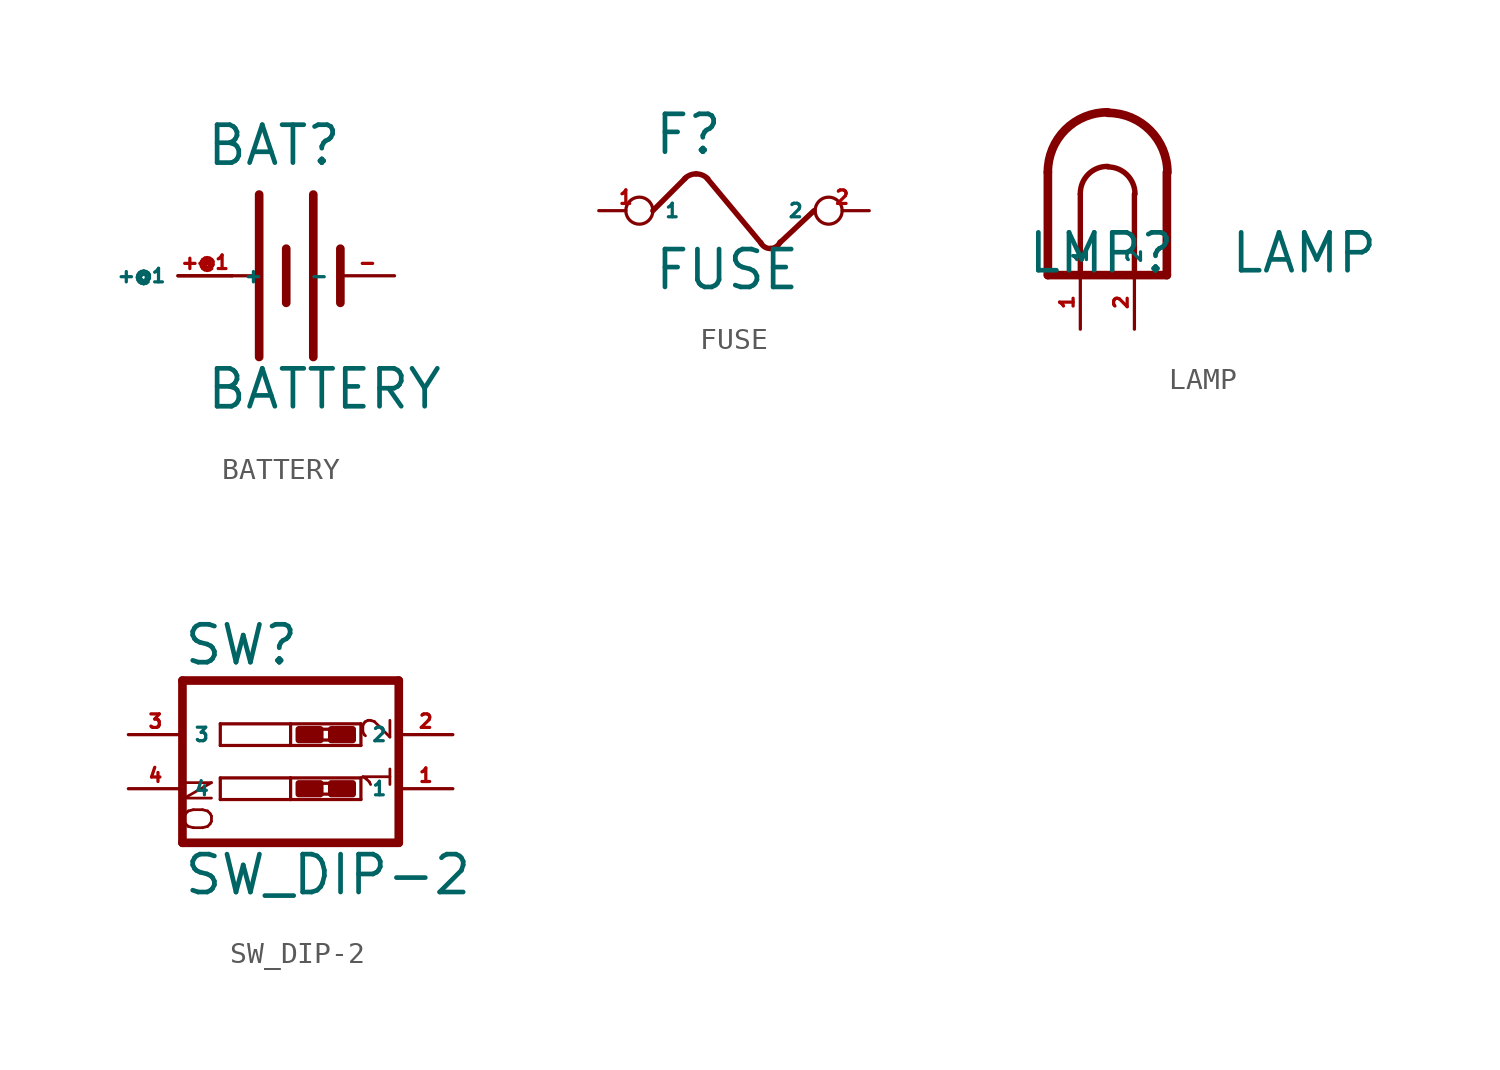
<source format=kicad_sym>
(kicad_symbol_lib
  (version 20220914)
  (generator Eagle2Kicad)
  (symbol "BATTERY"
    (property "Reference" "BAT"
      (at -3.81 5.08 0)
      (effects (font (size 1.778 1.778) (thickness 0.22)) (justify left bottom)))
    (property "Value" "BATTERY"
      (at -3.81 -6.35 0)
      (effects (font (size 1.778 1.778) (thickness 0.22)) (justify left bottom)))
    (polyline
      (pts (xy -1.27 3.81) (xy -1.27 -3.81))
      (stroke (width 0.406) (type default))
      (fill (type none)))
    (polyline
      (pts (xy 0 1.27) (xy 0 -1.27))
      (stroke (width 0.406) (type default))
      (fill (type none)))
    (polyline
      (pts (xy 1.27 3.81) (xy 1.27 -3.81))
      (stroke (width 0.406) (type default))
      (fill (type none)))
    (polyline
      (pts (xy 2.54 1.27) (xy 2.54 -1.27))
      (stroke (width 0.406) (type default))
      (fill (type none)))
    (polyline
      (pts (xy -2.54 0) (xy -1.524 0))
      (stroke (width 0.152) (type default))
      (fill (type none)))
    (pin unspecified line
      (at 5.08 0 180)
      (length 2.54)
      (name "-" (effects (font (size 0.635 0.635) (thickness 0.08)) (justify left bottom)))
      (number "-" (effects (font (size 0.635 0.635) (thickness 0.08)) (justify left bottom))))
    (pin unspecified line
      (at -5.08 0 0)
      (length 2.54)
      (name "+" (effects (font (size 0.635 0.635) (thickness 0.08)) (justify left bottom)))
      (number "+" (effects (font (size 0.635 0.635) (thickness 0.08)) (justify left bottom))))
    (pin unspecified line
      (at -2.54 0 180)
      (length 2.54)
      (name "+@1" (effects (font (size 0.635 0.635) (thickness 0.08)) (justify left bottom)))
      (number "+@1" (effects (font (size 0.635 0.635) (thickness 0.08)) (justify left bottom)))))
  (symbol "FUSE"
    (property "Reference" "F"
      (at -5.08 2.54 0)
      (effects (font (size 1.778 1.778) (thickness 0.22)) (justify left bottom)))
    (property "Value" "FUSE"
      (at -5.08 -3.81 0)
      (effects (font (size 1.778 1.778) (thickness 0.22)) (justify left bottom)))
    (polyline
      (pts (xy -5.08 0) (xy -3.556 1.524))
      (stroke (width 0.254) (type default))
      (fill (type none)))
    (polyline
      (pts (xy 0 -1.524) (xy -2.54 1.524))
      (stroke (width 0.254) (type default))
      (fill (type none)))
    (polyline
      (pts (xy 0.889 -1.499) (xy 2.489 0))
      (stroke (width 0.254) (type default))
      (fill (type none)))
    (arc
      (start -3.048 1.7272)
      (mid -3.348 1.666)
      (end -3.5992 1.4912)
      (stroke (width 0.254) (type default))
      (fill (type none)))
    (arc
      (start -2.496 1.491)
      (mid -2.748 1.666)
      (end -3.048 1.7272)
      (stroke (width 0.254) (type default))
      (fill (type none)))
    (arc
      (start 0.4572 -1.778)
      (mid 0.719 -1.689)
      (end 0.8965 -1.4765)
      (stroke (width 0.254) (type default))
      (fill (type none)))
    (arc
      (start -0.0178 -1.508)
      (mid 0.180 -1.712)
      (end 0.4572 -1.7778)
      (stroke (width 0.254) (type default))
      (fill (type none)))
    (pin passive inverted
      (at -7.62 0 0)
      (length 2.54)
      (name "1" (effects (font (size 0.635 0.635) (thickness 0.08)) (justify left bottom)))
      (number "1" (effects (font (size 0.635 0.635) (thickness 0.08)) (justify left bottom))))
    (pin passive inverted
      (at 5.08 0 180)
      (length 2.54)
      (name "2" (effects (font (size 0.635 0.635) (thickness 0.08)) (justify left bottom)))
      (number "2" (effects (font (size 0.635 0.635) (thickness 0.08)) (justify left bottom)))))
  (symbol "LAMP"
    (property "Reference" "LMP"
      (at -2.54 -2.54 0)
      (effects (font (size 1.778 1.778) (thickness 0.22)) (justify left bottom)))
    (property "Value" "LAMP"
      (at 6.985 -2.54 0)
      (effects (font (size 1.778 1.778) (thickness 0.22)) (justify left bottom)))
    (polyline
      (pts (xy 4.064 2.286) (xy 4.064 -2.54))
      (stroke (width 0.406) (type default))
      (fill (type none)))
    (polyline
      (pts (xy 4.064 -2.54) (xy 2.54 -2.54))
      (stroke (width 0.406) (type default))
      (fill (type none)))
    (polyline
      (pts (xy -1.524 -2.54) (xy -1.524 2.286))
      (stroke (width 0.406) (type default))
      (fill (type none)))
    (polyline
      (pts (xy 0 1.27) (xy 0 -2.54))
      (stroke (width 0.254) (type default))
      (fill (type none)))
    (polyline
      (pts (xy 0 -2.54) (xy -1.524 -2.54))
      (stroke (width 0.406) (type default))
      (fill (type none)))
    (polyline
      (pts (xy 2.54 1.27) (xy 2.54 -2.54))
      (stroke (width 0.254) (type default))
      (fill (type none)))
    (polyline
      (pts (xy 2.54 -2.54) (xy 0 -2.54))
      (stroke (width 0.406) (type default))
      (fill (type none)))
    (arc
      (start 1.2959 2.5651)
      (mid 0.372 2.194)
      (end 0 1.27)
      (stroke (width 0.254) (type default))
      (fill (type none)))
    (arc
      (start 2.5654 1.27)
      (mid 2.193 2.168)
      (end 1.2954 2.54)
      (stroke (width 0.254) (type default))
      (fill (type none)))
    (arc
      (start 1.2957 5.1055)
      (mid -0.706 4.287)
      (end -1.524 2.286)
      (stroke (width 0.4064) (type default))
      (fill (type none)))
    (arc
      (start 4.0894 2.286)
      (mid 3.271 4.262)
      (end 1.2954 5.08)
      (stroke (width 0.4064) (type default))
      (fill (type none)))
    (pin passive line
      (at 0 -5.08 90)
      (length 2.54)
      (name "1" (effects (font (size 0.635 0.635) (thickness 0.08)) (justify left bottom)))
      (number "1" (effects (font (size 0.635 0.635) (thickness 0.08)) (justify left bottom))))
    (pin passive line
      (at 2.54 -5.08 90)
      (length 2.54)
      (name "2" (effects (font (size 0.635 0.635) (thickness 0.08)) (justify left bottom)))
      (number "2" (effects (font (size 0.635 0.635) (thickness 0.08)) (justify left bottom)))))
  (symbol "SW_DIP-2"
    (property "Reference" "SW"
      (at -5.08 3.175 0)
      (effects (font (size 1.778 1.778) (thickness 0.22)) (justify left bottom)))
    (property "Value" "SW_DIP-2"
      (at -5.08 -7.62 0)
      (effects (font (size 1.778 1.778) (thickness 0.22)) (justify left bottom)))
    (polyline
      (pts (xy -3.302 0.508) (xy 0 0.508))
      (stroke (width 0.152) (type default))
      (fill (type none)))
    (polyline
      (pts (xy 3.302 0.508) (xy 3.302 -0.508))
      (stroke (width 0.152) (type default))
      (fill (type none)))
    (polyline
      (pts (xy 3.302 -0.508) (xy 0 -0.508))
      (stroke (width 0.152) (type default))
      (fill (type none)))
    (polyline
      (pts (xy -3.302 -0.508) (xy -3.302 0.508))
      (stroke (width 0.152) (type default))
      (fill (type none)))
    (polyline
      (pts (xy 0 0.508) (xy 0 -0.508))
      (stroke (width 0.152) (type default))
      (fill (type none)))
    (polyline
      (pts (xy 0 0.508) (xy 3.302 0.508))
      (stroke (width 0.152) (type default))
      (fill (type none)))
    (polyline
      (pts (xy 0 -0.508) (xy -3.302 -0.508))
      (stroke (width 0.152) (type default))
      (fill (type none)))
    (polyline
      (pts (xy -3.302 -2.032) (xy 0 -2.032))
      (stroke (width 0.152) (type default))
      (fill (type none)))
    (polyline
      (pts (xy 3.302 -2.032) (xy 3.302 -3.048))
      (stroke (width 0.152) (type default))
      (fill (type none)))
    (polyline
      (pts (xy 3.302 -3.048) (xy 0 -3.048))
      (stroke (width 0.152) (type default))
      (fill (type none)))
    (polyline
      (pts (xy -3.302 -3.048) (xy -3.302 -2.032))
      (stroke (width 0.152) (type default))
      (fill (type none)))
    (polyline
      (pts (xy 0 -2.032) (xy 0 -3.048))
      (stroke (width 0.152) (type default))
      (fill (type none)))
    (polyline
      (pts (xy 0 -2.032) (xy 3.302 -2.032))
      (stroke (width 0.152) (type default))
      (fill (type none)))
    (polyline
      (pts (xy 0 -3.048) (xy -3.302 -3.048))
      (stroke (width 0.152) (type default))
      (fill (type none)))
    (polyline
      (pts (xy -5.08 -5.08) (xy 5.08 -5.08))
      (stroke (width 0.406) (type default))
      (fill (type none)))
    (polyline
      (pts (xy 1.397 0.254) (xy 1.905 0.254))
      (stroke (width 0) (type default))
      (fill (type none)))
    (polyline
      (pts (xy 1.397 -0.254) (xy 1.905 -0.254))
      (stroke (width 0) (type default))
      (fill (type none)))
    (polyline
      (pts (xy 1.397 -2.286) (xy 1.905 -2.286))
      (stroke (width 0) (type default))
      (fill (type none)))
    (polyline
      (pts (xy 1.397 -2.794) (xy 1.905 -2.794))
      (stroke (width 0) (type default))
      (fill (type none)))
    (polyline
      (pts (xy -5.08 -5.08) (xy -5.08 2.54))
      (stroke (width 0.406) (type default))
      (fill (type none)))
    (polyline
      (pts (xy 5.08 2.54) (xy -5.08 2.54))
      (stroke (width 0.406) (type default))
      (fill (type none)))
    (polyline
      (pts (xy 5.08 2.54) (xy 5.08 -5.08))
      (stroke (width 0.406) (type default))
      (fill (type none)))
    (text "1"
      (at 4.826 -2.667 900)
      (effects (font (size 1.27 1.27) (thickness 0.13)) (justify left bottom)))
    (text "2"
      (at 4.826 -0.381 900)
      (effects (font (size 1.27 1.27) (thickness 0.13)) (justify left bottom)))
    (text "ON"
      (at -3.556 -4.699 900)
      (effects (font (size 1.27 1.27) (thickness 0.13)) (justify left bottom)))
    (rectangle
      (start 0.381 -0.254)
      (end 1.397 0.254)
      (stroke (width 0.3) (type default))
      (fill (type outline)))
    (rectangle
      (start 1.905 -0.254)
      (end 2.921 0.254)
      (stroke (width 0.3) (type default))
      (fill (type outline)))
    (rectangle
      (start 0.381 -2.794)
      (end 1.397 -2.286)
      (stroke (width 0.3) (type default))
      (fill (type outline)))
    (rectangle
      (start 1.905 -2.794)
      (end 2.921 -2.286)
      (stroke (width 0.3) (type default))
      (fill (type outline)))
    (pin passive line
      (at -7.62 0 0)
      (length 2.54)
      (name "3" (effects (font (size 0.635 0.635) (thickness 0.08)) (justify left bottom)))
      (number "3" (effects (font (size 0.635 0.635) (thickness 0.08)) (justify left bottom))))
    (pin passive line
      (at -7.62 -2.54 0)
      (length 2.54)
      (name "4" (effects (font (size 0.635 0.635) (thickness 0.08)) (justify left bottom)))
      (number "4" (effects (font (size 0.635 0.635) (thickness 0.08)) (justify left bottom))))
    (pin passive line
      (at 7.62 -2.54 180)
      (length 2.54)
      (name "1" (effects (font (size 0.635 0.635) (thickness 0.08)) (justify left bottom)))
      (number "1" (effects (font (size 0.635 0.635) (thickness 0.08)) (justify left bottom))))
    (pin passive line
      (at 7.62 0 180)
      (length 2.54)
      (name "2" (effects (font (size 0.635 0.635) (thickness 0.08)) (justify left bottom)))
      (number "2" (effects (font (size 0.635 0.635) (thickness 0.08)) (justify left bottom))))))
</source>
